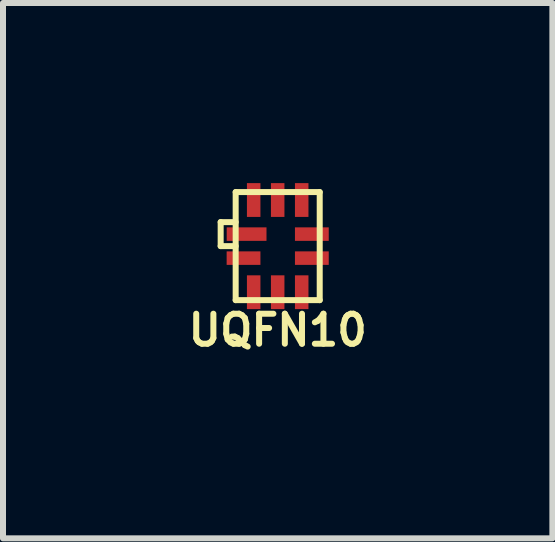
<source format=kicad_pcb>
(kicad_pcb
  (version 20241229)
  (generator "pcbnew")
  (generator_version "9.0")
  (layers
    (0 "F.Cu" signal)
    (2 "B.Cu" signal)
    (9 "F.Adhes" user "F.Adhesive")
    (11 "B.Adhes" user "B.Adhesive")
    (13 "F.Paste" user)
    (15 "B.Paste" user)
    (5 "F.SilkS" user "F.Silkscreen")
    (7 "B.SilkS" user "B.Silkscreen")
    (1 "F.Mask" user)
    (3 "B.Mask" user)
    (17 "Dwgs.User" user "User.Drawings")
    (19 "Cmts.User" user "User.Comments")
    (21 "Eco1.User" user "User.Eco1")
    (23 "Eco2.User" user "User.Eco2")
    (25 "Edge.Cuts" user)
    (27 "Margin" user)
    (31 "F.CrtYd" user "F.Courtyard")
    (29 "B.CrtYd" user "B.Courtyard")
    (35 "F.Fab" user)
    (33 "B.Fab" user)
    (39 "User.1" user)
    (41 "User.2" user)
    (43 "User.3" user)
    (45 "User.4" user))
  (footprint "UQFN10"
    (layer "F.Cu")
    (at 1.576 1.05)
    (property "Reference" "UQFN10" (at 0 1.4 0) (layer "F.SilkS") (effects (font (size 0.5 0.5) (thickness 0.1))))
    (attr through_hole)
    (fp_line (start -0.95 -0.4) (end -0.7 -0.4) (stroke (width 0.1) (type solid)) (layer "F.SilkS"))
    (fp_line (start -0.95 0) (end -0.95 -0.4) (stroke (width 0.1) (type solid)) (layer "F.SilkS"))
    (fp_line (start -0.7 -0.9) (end -0.7 0.9) (stroke (width 0.1) (type solid)) (layer "F.SilkS"))
    (fp_line (start -0.7 0) (end -0.95 0) (stroke (width 0.1) (type solid)) (layer "F.SilkS"))
    (fp_line (start -0.7 0.9) (end 0.7 0.9) (stroke (width 0.1) (type solid)) (layer "F.SilkS"))
    (fp_line (start 0.7 -0.9) (end -0.7 -0.9) (stroke (width 0.1) (type solid)) (layer "F.SilkS"))
    (fp_line (start 0.7 0.9) (end 0.7 -0.9) (stroke (width 0.1) (type solid)) (layer "F.SilkS"))
    (pad "1" smd rect (at -0.518 -0.2) (size 0.663 0.225) (layers "F.Cu" "F.Mask" "F.Paste"))
    (pad "2" smd rect (at -0.569 0.2) (size 0.563 0.225) (layers "F.Cu" "F.Mask" "F.Paste"))
    (pad "3" smd rect (at -0.4 0.768 90) (size 0.563 0.225) (layers "F.Cu" "F.Mask" "F.Paste"))
    (pad "4" smd rect (at 0 0.768 90) (size 0.563 0.225) (layers "F.Cu" "F.Mask" "F.Paste"))
    (pad "5" smd rect (at 0.4 0.768 90) (size 0.563 0.225) (layers "F.Cu" "F.Mask" "F.Paste"))
    (pad "6" smd rect (at 0.569 0.2 180) (size 0.563 0.225) (layers "F.Cu" "F.Mask" "F.Paste"))
    (pad "7" smd rect (at 0.569 -0.2 180) (size 0.563 0.225) (layers "F.Cu" "F.Mask" "F.Paste"))
    (pad "8" smd rect (at 0.4 -0.768 270) (size 0.563 0.225) (layers "F.Cu" "F.Mask" "F.Paste"))
    (pad "9" smd rect (at 0 -0.768 270) (size 0.563 0.225) (layers "F.Cu" "F.Mask" "F.Paste"))
    (pad "10" smd rect (at -0.4 -0.768 270) (size 0.563 0.225) (layers "F.Cu" "F.Mask" "F.Paste")))
  (gr_rect
    (start -3 -3)
    (end 6.152 5.918)
    (stroke (width 0.1) (type default))
    (fill no)
    (layer "Edge.Cuts")))
</source>
